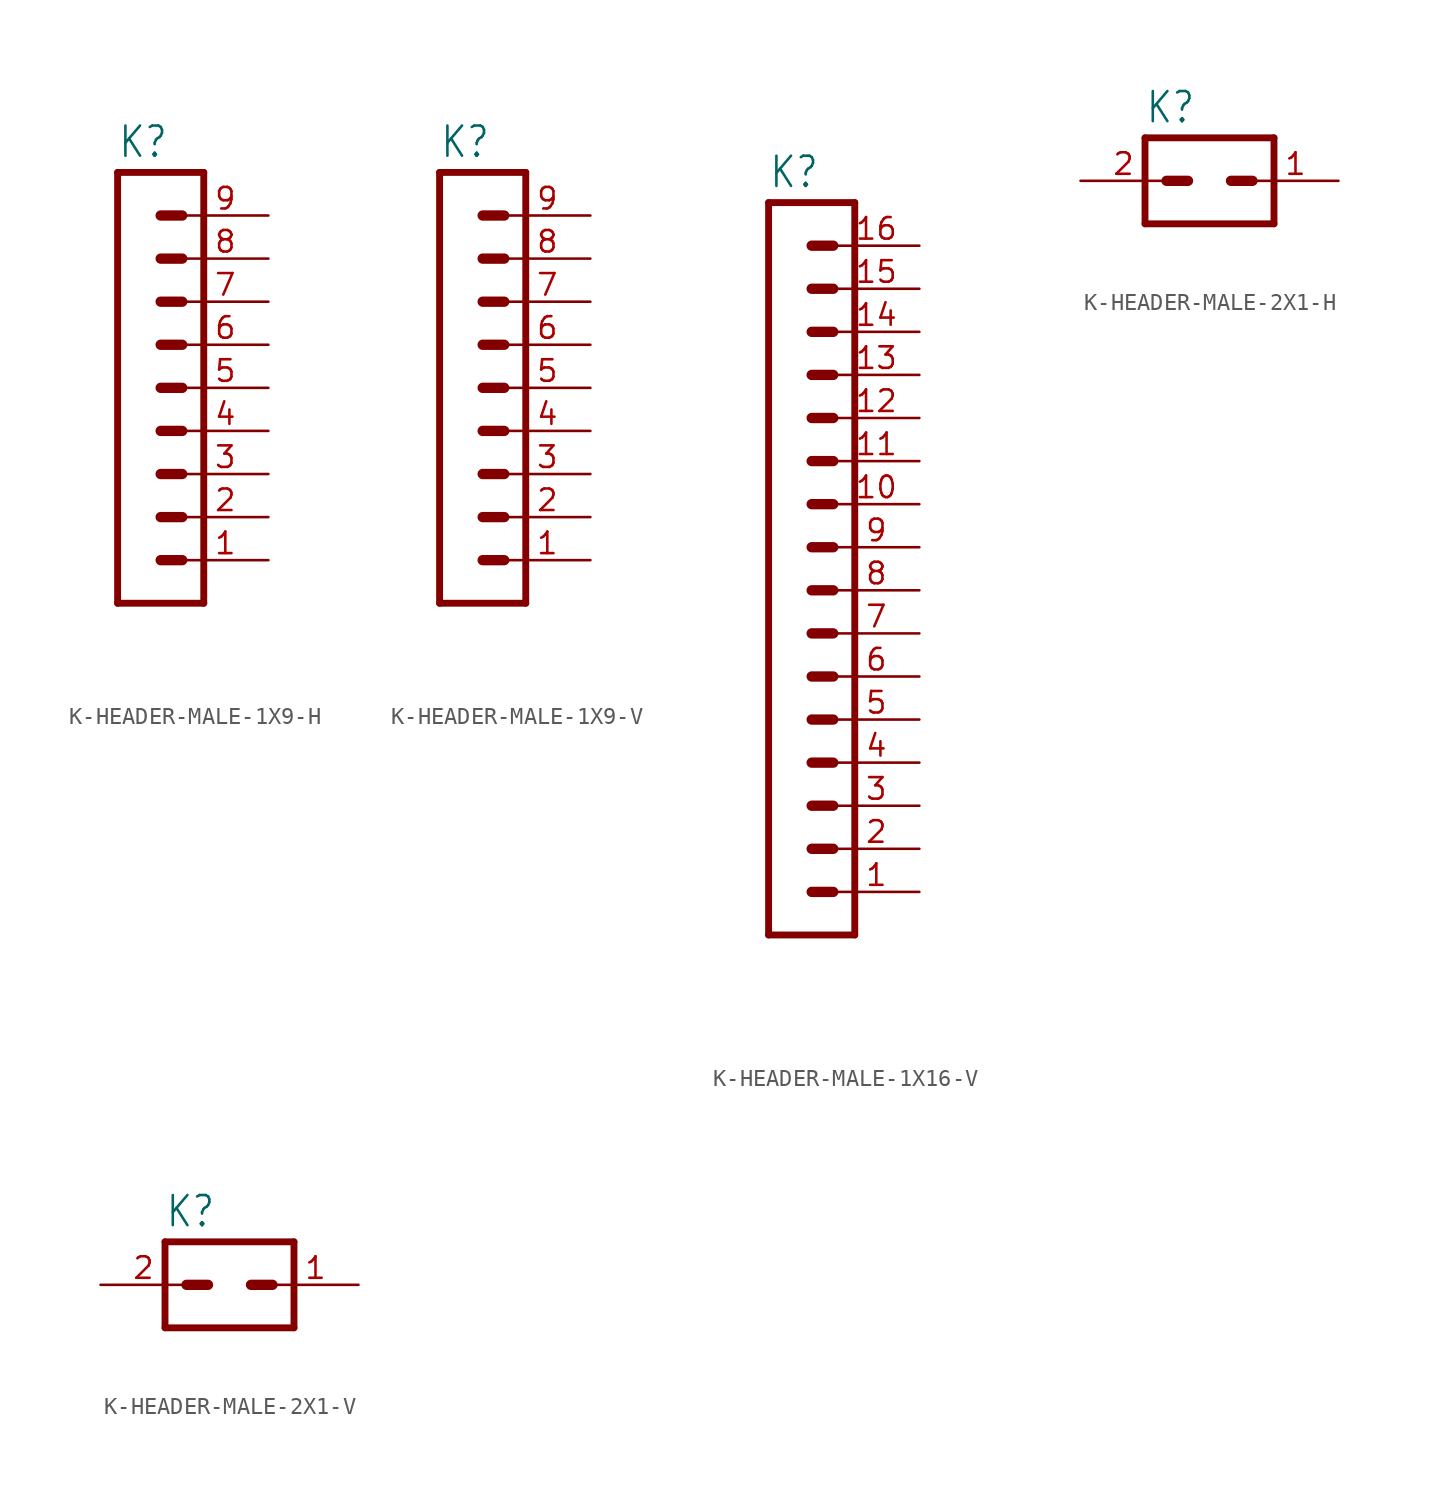
<source format=kicad_sym>
(kicad_symbol_lib
  (version 20231120)
  (generator "kicad_symbol_editor")
  (generator_version "8.0")
  (symbol "K-HEADER-MALE-1X9-H"
    (property "Reference" "K"
      (at -1.27 18.542 0)
      (effects (font (size 1.778 1.511)) (justify left bottom)))
    (property "Value" ""
      (at -1.27 -10.16 0)
      (effects (font (size 1.778 1.511)) (justify left bottom)))
    (property "ki_locked" ""
      (at 0 0 0)
      (effects (font (size 1.27 1.27))))
    (symbol "K-HEADER-MALE-1X9-H_1_0"
      (polyline (pts (xy -1.27 17.78) (xy -1.27 -7.62)) (stroke (width 0.406) (type solid)) (fill (type none)))
      (polyline (pts (xy -1.27 17.78) (xy 3.81 17.78)) (stroke (width 0.406) (type solid)) (fill (type none)))
      (polyline (pts (xy 1.27 -5.08) (xy 2.54 -5.08)) (stroke (width 0.61) (type solid)) (fill (type none)))
      (polyline (pts (xy 1.27 -2.54) (xy 2.54 -2.54)) (stroke (width 0.61) (type solid)) (fill (type none)))
      (polyline (pts (xy 1.27 0) (xy 2.54 0)) (stroke (width 0.61) (type solid)) (fill (type none)))
      (polyline (pts (xy 1.27 2.54) (xy 2.54 2.54)) (stroke (width 0.61) (type solid)) (fill (type none)))
      (polyline (pts (xy 1.27 5.08) (xy 2.54 5.08)) (stroke (width 0.61) (type solid)) (fill (type none)))
      (polyline (pts (xy 1.27 7.62) (xy 2.54 7.62)) (stroke (width 0.61) (type solid)) (fill (type none)))
      (polyline (pts (xy 1.27 10.16) (xy 2.54 10.16)) (stroke (width 0.61) (type solid)) (fill (type none)))
      (polyline (pts (xy 1.27 12.7) (xy 2.54 12.7)) (stroke (width 0.61) (type solid)) (fill (type none)))
      (polyline (pts (xy 1.27 15.24) (xy 2.54 15.24)) (stroke (width 0.61) (type solid)) (fill (type none)))
      (polyline (pts (xy 3.81 -7.62) (xy -1.27 -7.62)) (stroke (width 0.406) (type solid)) (fill (type none)))
      (polyline (pts (xy 3.81 -7.62) (xy 3.81 17.78)) (stroke (width 0.406) (type solid)) (fill (type none)))
      (pin passive line (at 7.62 -5.08 180) (length 5.08) (name "1" (effects (font (size 0 0)))) (number "1" (effects (font (size 1.27 1.27)))))
      (pin passive line (at 7.62 -2.54 180) (length 5.08) (name "2" (effects (font (size 0 0)))) (number "2" (effects (font (size 1.27 1.27)))))
      (pin passive line (at 7.62 0 180) (length 5.08) (name "3" (effects (font (size 0 0)))) (number "3" (effects (font (size 1.27 1.27)))))
      (pin passive line (at 7.62 2.54 180) (length 5.08) (name "4" (effects (font (size 0 0)))) (number "4" (effects (font (size 1.27 1.27)))))
      (pin passive line (at 7.62 5.08 180) (length 5.08) (name "5" (effects (font (size 0 0)))) (number "5" (effects (font (size 1.27 1.27)))))
      (pin passive line (at 7.62 7.62 180) (length 5.08) (name "6" (effects (font (size 0 0)))) (number "6" (effects (font (size 1.27 1.27)))))
      (pin passive line (at 7.62 10.16 180) (length 5.08) (name "7" (effects (font (size 0 0)))) (number "7" (effects (font (size 1.27 1.27)))))
      (pin passive line (at 7.62 12.7 180) (length 5.08) (name "8" (effects (font (size 0 0)))) (number "8" (effects (font (size 1.27 1.27)))))
      (pin passive line (at 7.62 15.24 180) (length 5.08) (name "9" (effects (font (size 0 0)))) (number "9" (effects (font (size 1.27 1.27)))))))
  (symbol "K-HEADER-MALE-1X9-V"
    (property "Reference" "K"
      (at -1.27 18.542 0)
      (effects (font (size 1.778 1.511)) (justify left bottom)))
    (property "Value" ""
      (at -1.27 -10.16 0)
      (effects (font (size 1.778 1.511)) (justify left bottom)))
    (property "ki_locked" ""
      (at 0 0 0)
      (effects (font (size 1.27 1.27))))
    (symbol "K-HEADER-MALE-1X9-V_1_0"
      (polyline (pts (xy -1.27 17.78) (xy -1.27 -7.62)) (stroke (width 0.406) (type solid)) (fill (type none)))
      (polyline (pts (xy -1.27 17.78) (xy 3.81 17.78)) (stroke (width 0.406) (type solid)) (fill (type none)))
      (polyline (pts (xy 1.27 -5.08) (xy 2.54 -5.08)) (stroke (width 0.61) (type solid)) (fill (type none)))
      (polyline (pts (xy 1.27 -2.54) (xy 2.54 -2.54)) (stroke (width 0.61) (type solid)) (fill (type none)))
      (polyline (pts (xy 1.27 0) (xy 2.54 0)) (stroke (width 0.61) (type solid)) (fill (type none)))
      (polyline (pts (xy 1.27 2.54) (xy 2.54 2.54)) (stroke (width 0.61) (type solid)) (fill (type none)))
      (polyline (pts (xy 1.27 5.08) (xy 2.54 5.08)) (stroke (width 0.61) (type solid)) (fill (type none)))
      (polyline (pts (xy 1.27 7.62) (xy 2.54 7.62)) (stroke (width 0.61) (type solid)) (fill (type none)))
      (polyline (pts (xy 1.27 10.16) (xy 2.54 10.16)) (stroke (width 0.61) (type solid)) (fill (type none)))
      (polyline (pts (xy 1.27 12.7) (xy 2.54 12.7)) (stroke (width 0.61) (type solid)) (fill (type none)))
      (polyline (pts (xy 1.27 15.24) (xy 2.54 15.24)) (stroke (width 0.61) (type solid)) (fill (type none)))
      (polyline (pts (xy 3.81 -7.62) (xy -1.27 -7.62)) (stroke (width 0.406) (type solid)) (fill (type none)))
      (polyline (pts (xy 3.81 -7.62) (xy 3.81 17.78)) (stroke (width 0.406) (type solid)) (fill (type none)))
      (pin passive line (at 7.62 -5.08 180) (length 5.08) (name "1" (effects (font (size 0 0)))) (number "1" (effects (font (size 1.27 1.27)))))
      (pin passive line (at 7.62 -2.54 180) (length 5.08) (name "2" (effects (font (size 0 0)))) (number "2" (effects (font (size 1.27 1.27)))))
      (pin passive line (at 7.62 0 180) (length 5.08) (name "3" (effects (font (size 0 0)))) (number "3" (effects (font (size 1.27 1.27)))))
      (pin passive line (at 7.62 2.54 180) (length 5.08) (name "4" (effects (font (size 0 0)))) (number "4" (effects (font (size 1.27 1.27)))))
      (pin passive line (at 7.62 5.08 180) (length 5.08) (name "5" (effects (font (size 0 0)))) (number "5" (effects (font (size 1.27 1.27)))))
      (pin passive line (at 7.62 7.62 180) (length 5.08) (name "6" (effects (font (size 0 0)))) (number "6" (effects (font (size 1.27 1.27)))))
      (pin passive line (at 7.62 10.16 180) (length 5.08) (name "7" (effects (font (size 0 0)))) (number "7" (effects (font (size 1.27 1.27)))))
      (pin passive line (at 7.62 12.7 180) (length 5.08) (name "8" (effects (font (size 0 0)))) (number "8" (effects (font (size 1.27 1.27)))))
      (pin passive line (at 7.62 15.24 180) (length 5.08) (name "9" (effects (font (size 0 0)))) (number "9" (effects (font (size 1.27 1.27)))))))
  (symbol "K-HEADER-MALE-1X16-V"
    (property "Reference" "K"
      (at -1.27 36.322 0)
      (effects (font (size 1.778 1.511)) (justify left bottom)))
    (property "Value" ""
      (at -1.27 -10.16 0)
      (effects (font (size 1.778 1.511)) (justify left bottom)))
    (property "ki_locked" ""
      (at 0 0 0)
      (effects (font (size 1.27 1.27))))
    (symbol "K-HEADER-MALE-1X16-V_1_0"
      (polyline (pts (xy -1.27 35.56) (xy -1.27 -7.62)) (stroke (width 0.406) (type solid)) (fill (type none)))
      (polyline (pts (xy -1.27 35.56) (xy 3.81 35.56)) (stroke (width 0.406) (type solid)) (fill (type none)))
      (polyline (pts (xy 1.27 -5.08) (xy 2.54 -5.08)) (stroke (width 0.61) (type solid)) (fill (type none)))
      (polyline (pts (xy 1.27 -2.54) (xy 2.54 -2.54)) (stroke (width 0.61) (type solid)) (fill (type none)))
      (polyline (pts (xy 1.27 0) (xy 2.54 0)) (stroke (width 0.61) (type solid)) (fill (type none)))
      (polyline (pts (xy 1.27 2.54) (xy 2.54 2.54)) (stroke (width 0.61) (type solid)) (fill (type none)))
      (polyline (pts (xy 1.27 5.08) (xy 2.54 5.08)) (stroke (width 0.61) (type solid)) (fill (type none)))
      (polyline (pts (xy 1.27 7.62) (xy 2.54 7.62)) (stroke (width 0.61) (type solid)) (fill (type none)))
      (polyline (pts (xy 1.27 10.16) (xy 2.54 10.16)) (stroke (width 0.61) (type solid)) (fill (type none)))
      (polyline (pts (xy 1.27 12.7) (xy 2.54 12.7)) (stroke (width 0.61) (type solid)) (fill (type none)))
      (polyline (pts (xy 1.27 15.24) (xy 2.54 15.24)) (stroke (width 0.61) (type solid)) (fill (type none)))
      (polyline (pts (xy 1.27 17.78) (xy 2.54 17.78)) (stroke (width 0.61) (type solid)) (fill (type none)))
      (polyline (pts (xy 1.27 20.32) (xy 2.54 20.32)) (stroke (width 0.61) (type solid)) (fill (type none)))
      (polyline (pts (xy 1.27 22.86) (xy 2.54 22.86)) (stroke (width 0.61) (type solid)) (fill (type none)))
      (polyline (pts (xy 1.27 25.4) (xy 2.54 25.4)) (stroke (width 0.61) (type solid)) (fill (type none)))
      (polyline (pts (xy 1.27 27.94) (xy 2.54 27.94)) (stroke (width 0.61) (type solid)) (fill (type none)))
      (polyline (pts (xy 1.27 30.48) (xy 2.54 30.48)) (stroke (width 0.61) (type solid)) (fill (type none)))
      (polyline (pts (xy 1.27 33.02) (xy 2.54 33.02)) (stroke (width 0.61) (type solid)) (fill (type none)))
      (polyline (pts (xy 3.81 -7.62) (xy -1.27 -7.62)) (stroke (width 0.406) (type solid)) (fill (type none)))
      (polyline (pts (xy 3.81 -7.62) (xy 3.81 35.56)) (stroke (width 0.406) (type solid)) (fill (type none)))
      (pin passive line (at 7.62 -5.08 180) (length 5.08) (name "1" (effects (font (size 0 0)))) (number "1" (effects (font (size 1.27 1.27)))))
      (pin passive line (at 7.62 17.78 180) (length 5.08) (name "10" (effects (font (size 0 0)))) (number "10" (effects (font (size 1.27 1.27)))))
      (pin passive line (at 7.62 20.32 180) (length 5.08) (name "11" (effects (font (size 0 0)))) (number "11" (effects (font (size 1.27 1.27)))))
      (pin passive line (at 7.62 22.86 180) (length 5.08) (name "12" (effects (font (size 0 0)))) (number "12" (effects (font (size 1.27 1.27)))))
      (pin passive line (at 7.62 25.4 180) (length 5.08) (name "13" (effects (font (size 0 0)))) (number "13" (effects (font (size 1.27 1.27)))))
      (pin passive line (at 7.62 27.94 180) (length 5.08) (name "14" (effects (font (size 0 0)))) (number "14" (effects (font (size 1.27 1.27)))))
      (pin passive line (at 7.62 30.48 180) (length 5.08) (name "15" (effects (font (size 0 0)))) (number "15" (effects (font (size 1.27 1.27)))))
      (pin passive line (at 7.62 33.02 180) (length 5.08) (name "16" (effects (font (size 0 0)))) (number "16" (effects (font (size 1.27 1.27)))))
      (pin passive line (at 7.62 -2.54 180) (length 5.08) (name "2" (effects (font (size 0 0)))) (number "2" (effects (font (size 1.27 1.27)))))
      (pin passive line (at 7.62 0 180) (length 5.08) (name "3" (effects (font (size 0 0)))) (number "3" (effects (font (size 1.27 1.27)))))
      (pin passive line (at 7.62 2.54 180) (length 5.08) (name "4" (effects (font (size 0 0)))) (number "4" (effects (font (size 1.27 1.27)))))
      (pin passive line (at 7.62 5.08 180) (length 5.08) (name "5" (effects (font (size 0 0)))) (number "5" (effects (font (size 1.27 1.27)))))
      (pin passive line (at 7.62 7.62 180) (length 5.08) (name "6" (effects (font (size 0 0)))) (number "6" (effects (font (size 1.27 1.27)))))
      (pin passive line (at 7.62 10.16 180) (length 5.08) (name "7" (effects (font (size 0 0)))) (number "7" (effects (font (size 1.27 1.27)))))
      (pin passive line (at 7.62 12.7 180) (length 5.08) (name "8" (effects (font (size 0 0)))) (number "8" (effects (font (size 1.27 1.27)))))
      (pin passive line (at 7.62 15.24 180) (length 5.08) (name "9" (effects (font (size 0 0)))) (number "9" (effects (font (size 1.27 1.27)))))))
  (symbol "K-HEADER-MALE-2X1-H"
    (property "Reference" "K"
      (at -3.81 3.302 0)
      (effects (font (size 1.778 1.511)) (justify left bottom)))
    (property "Value" ""
      (at -3.81 -5.08 0)
      (effects (font (size 1.778 1.511)) (justify left bottom)))
    (property "ki_locked" ""
      (at 0 0 0)
      (effects (font (size 1.27 1.27))))
    (symbol "K-HEADER-MALE-2X1-H_1_0"
      (polyline (pts (xy -3.81 2.54) (xy -3.81 -2.54)) (stroke (width 0.406) (type solid)) (fill (type none)))
      (polyline (pts (xy -3.81 2.54) (xy 3.81 2.54)) (stroke (width 0.406) (type solid)) (fill (type none)))
      (polyline (pts (xy -2.54 0) (xy -1.27 0)) (stroke (width 0.61) (type solid)) (fill (type none)))
      (polyline (pts (xy 1.27 0) (xy 2.54 0)) (stroke (width 0.61) (type solid)) (fill (type none)))
      (polyline (pts (xy 3.81 -2.54) (xy -3.81 -2.54)) (stroke (width 0.406) (type solid)) (fill (type none)))
      (polyline (pts (xy 3.81 -2.54) (xy 3.81 2.54)) (stroke (width 0.406) (type solid)) (fill (type none)))
      (pin passive line (at 7.62 0 180) (length 5.08) (name "1" (effects (font (size 0 0)))) (number "1" (effects (font (size 1.27 1.27)))))
      (pin passive line (at -7.62 0 0) (length 5.08) (name "2" (effects (font (size 0 0)))) (number "2" (effects (font (size 1.27 1.27)))))))
  (symbol "K-HEADER-MALE-2X1-V"
    (property "Reference" "K"
      (at -3.81 3.302 0)
      (effects (font (size 1.778 1.511)) (justify left bottom)))
    (property "Value" ""
      (at -3.81 -5.08 0)
      (effects (font (size 1.778 1.511)) (justify left bottom)))
    (property "ki_locked" ""
      (at 0 0 0)
      (effects (font (size 1.27 1.27))))
    (symbol "K-HEADER-MALE-2X1-V_1_0"
      (polyline (pts (xy -3.81 2.54) (xy -3.81 -2.54)) (stroke (width 0.406) (type solid)) (fill (type none)))
      (polyline (pts (xy -3.81 2.54) (xy 3.81 2.54)) (stroke (width 0.406) (type solid)) (fill (type none)))
      (polyline (pts (xy -2.54 0) (xy -1.27 0)) (stroke (width 0.61) (type solid)) (fill (type none)))
      (polyline (pts (xy 1.27 0) (xy 2.54 0)) (stroke (width 0.61) (type solid)) (fill (type none)))
      (polyline (pts (xy 3.81 -2.54) (xy -3.81 -2.54)) (stroke (width 0.406) (type solid)) (fill (type none)))
      (polyline (pts (xy 3.81 -2.54) (xy 3.81 2.54)) (stroke (width 0.406) (type solid)) (fill (type none)))
      (pin passive line (at 7.62 0 180) (length 5.08) (name "1" (effects (font (size 0 0)))) (number "1" (effects (font (size 1.27 1.27)))))
      (pin passive line (at -7.62 0 0) (length 5.08) (name "2" (effects (font (size 0 0)))) (number "2" (effects (font (size 1.27 1.27))))))))
</source>
